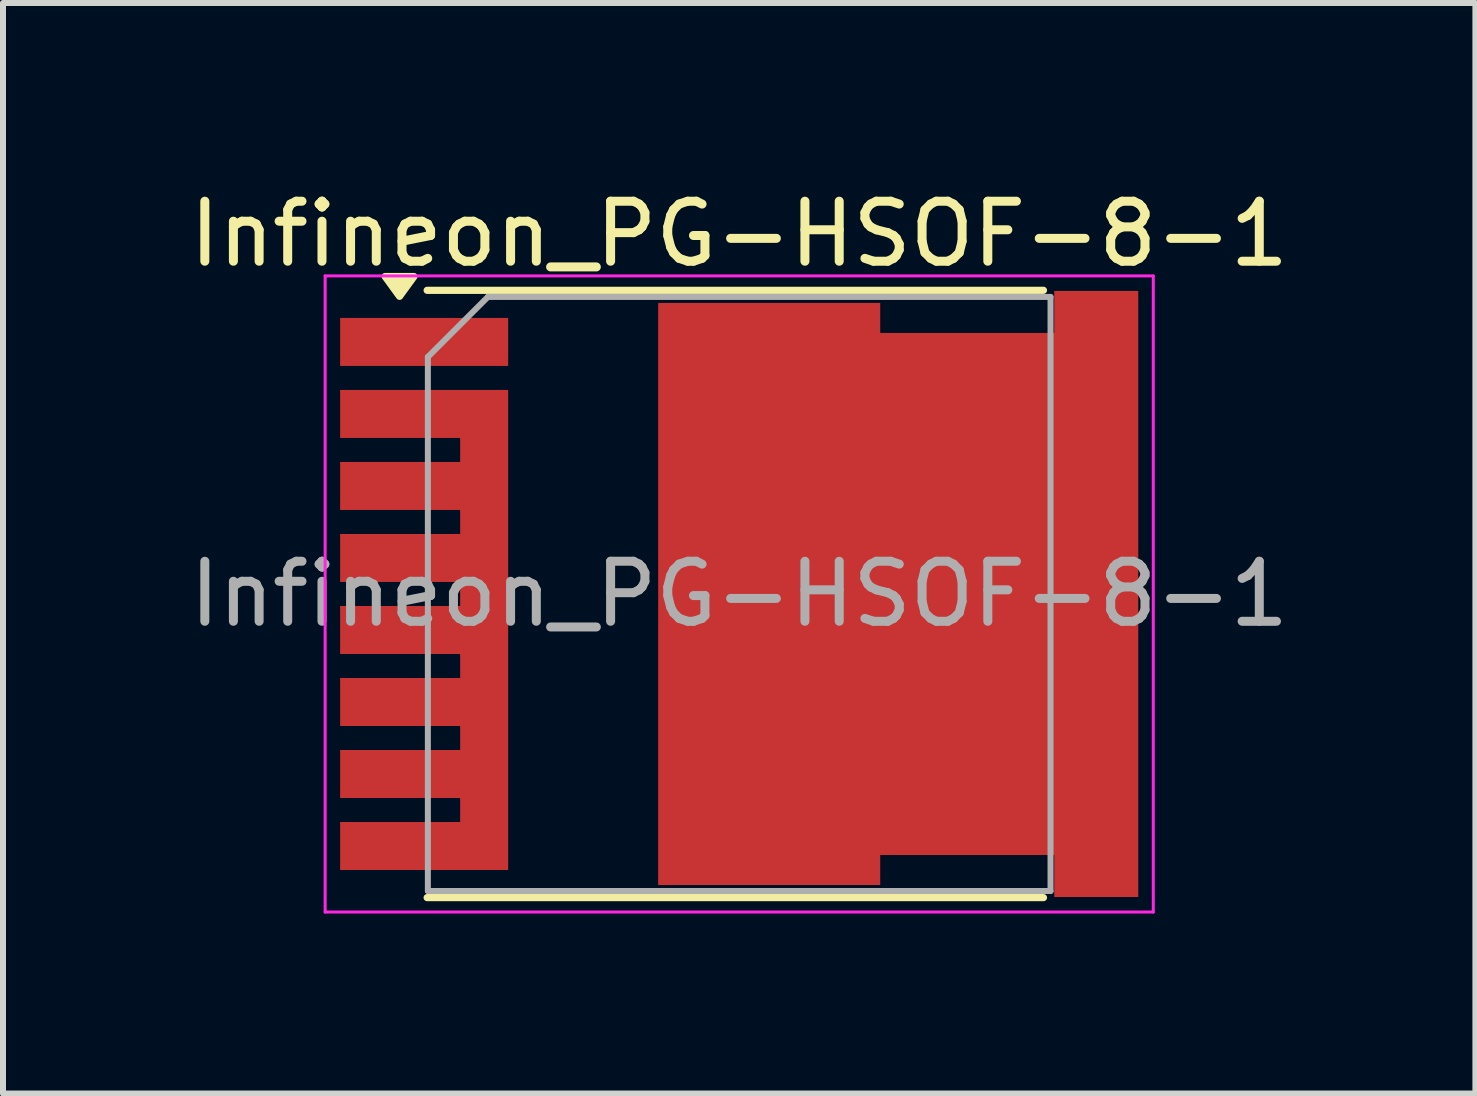
<source format=kicad_pcb>
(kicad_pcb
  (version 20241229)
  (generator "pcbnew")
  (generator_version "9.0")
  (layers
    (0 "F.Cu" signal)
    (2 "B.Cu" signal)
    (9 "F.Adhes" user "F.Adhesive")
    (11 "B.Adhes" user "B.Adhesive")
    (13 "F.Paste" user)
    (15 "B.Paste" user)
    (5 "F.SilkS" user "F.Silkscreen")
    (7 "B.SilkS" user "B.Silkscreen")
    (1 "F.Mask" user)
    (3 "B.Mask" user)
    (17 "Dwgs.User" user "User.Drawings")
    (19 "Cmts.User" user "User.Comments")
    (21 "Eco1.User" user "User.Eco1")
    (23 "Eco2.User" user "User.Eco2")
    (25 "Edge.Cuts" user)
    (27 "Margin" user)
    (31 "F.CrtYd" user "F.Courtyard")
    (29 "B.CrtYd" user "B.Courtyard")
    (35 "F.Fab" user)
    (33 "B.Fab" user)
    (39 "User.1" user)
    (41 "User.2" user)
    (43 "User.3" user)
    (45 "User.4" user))
  (footprint "Infineon_PG-HSOF-8-1"
    (layer "F.Cu")
    (at 9.268 6.848)
    (property "Reference" "Infineon_PG-HSOF-8-1" (at 0 -6 0) (layer "F.SilkS") (effects (font (size 1 1) (thickness 0.15))))
    (attr smd)
    (fp_line (start -5.2 -5.06) (end 5.07 -5.06) (stroke (width 0.12) (type solid)) (layer "F.SilkS"))
    (fp_line (start -5.2 5.06) (end 5.07 5.06) (stroke (width 0.12) (type solid)) (layer "F.SilkS"))
    (fp_poly (pts (xy -5.66 -4.96) (xy -5.42 -5.29) (xy -5.9 -5.29) (xy -5.66 -4.96)) (stroke (width 0.12) (type solid)) (fill yes) (layer "F.SilkS"))
    (fp_line (start -6.9 5.3) (end -6.9 -5.3) (stroke (width 0.05) (type solid)) (layer "F.CrtYd"))
    (fp_line (start -6.9 5.3) (end 6.9 5.3) (stroke (width 0.05) (type solid)) (layer "F.CrtYd"))
    (fp_line (start 6.9 -5.3) (end -6.9 -5.3) (stroke (width 0.05) (type solid)) (layer "F.CrtYd"))
    (fp_line (start 6.9 -5.3) (end 6.9 5.3) (stroke (width 0.05) (type solid)) (layer "F.CrtYd"))
    (fp_line (start -5.188 4.95) (end -5.188 -3.95) (stroke (width 0.1) (type solid)) (layer "F.Fab"))
    (fp_line (start -4.188 -4.95) (end -5.188 -3.95) (stroke (width 0.1) (type solid)) (layer "F.Fab"))
    (fp_line (start -4.188 -4.95) (end 5.188 -4.95) (stroke (width 0.1) (type solid)) (layer "F.Fab"))
    (fp_line (start 5.188 -4.95) (end 5.188 4.95) (stroke (width 0.1) (type solid)) (layer "F.Fab"))
    (fp_line (start 5.188 4.95) (end -5.188 4.95) (stroke (width 0.1) (type solid)) (layer "F.Fab"))
    (fp_text user "${REFERENCE}" (at 0 0 0) (layer "F.Fab") (effects (font (size 1 1) (thickness 0.15))))
    (pad "" smd rect (at -5.25 -4.2) (size 2.6 0.7) (layers "F.Paste"))
    (pad "" smd rect (at -5.25 -3) (size 2.6 0.7) (layers "F.Paste"))
    (pad "" smd rect (at -5.25 -1.8) (size 2.6 0.7) (layers "F.Paste"))
    (pad "" smd rect (at -5.25 -0.6) (size 2.6 0.7) (layers "F.Paste"))
    (pad "" smd rect (at -5.25 0.6) (size 2.6 0.7) (layers "F.Paste"))
    (pad "" smd rect (at -5.25 1.8) (size 2.6 0.7) (layers "F.Paste"))
    (pad "" smd rect (at -5.25 3) (size 2.6 0.7) (layers "F.Paste"))
    (pad "" smd rect (at -5.25 4.2) (size 2.6 0.7) (layers "F.Paste"))
    (pad "" smd circle (at -0.07 -4.2) (size 1 1) (layers "F.Paste"))
    (pad "" smd circle (at -0.07 -3) (size 1 1) (layers "F.Paste"))
    (pad "" smd circle (at -0.07 -1.8) (size 1 1) (layers "F.Paste"))
    (pad "" smd circle (at -0.07 -0.6) (size 1 1) (layers "F.Paste"))
    (pad "" smd circle (at -0.07 0.6) (size 1 1) (layers "F.Paste"))
    (pad "" smd circle (at -0.07 1.8) (size 1 1) (layers "F.Paste"))
    (pad "" smd circle (at -0.07 3) (size 1 1) (layers "F.Paste"))
    (pad "" smd circle (at -0.07 4.2) (size 1 1) (layers "F.Paste"))
    (pad "" smd circle (at 1.13 -4.2) (size 1 1) (layers "F.Paste"))
    (pad "" smd circle (at 1.13 -3) (size 1 1) (layers "F.Paste"))
    (pad "" smd circle (at 1.13 -1.8) (size 1 1) (layers "F.Paste"))
    (pad "" smd circle (at 1.13 -0.6) (size 1 1) (layers "F.Paste"))
    (pad "" smd circle (at 1.13 0.6) (size 1 1) (layers "F.Paste"))
    (pad "" smd circle (at 1.13 1.8) (size 1 1) (layers "F.Paste"))
    (pad "" smd circle (at 1.13 3) (size 1 1) (layers "F.Paste"))
    (pad "" smd circle (at 1.13 4.2) (size 1 1) (layers "F.Paste"))
    (pad "" smd circle (at 2.33 -3) (size 1 1) (layers "F.Paste"))
    (pad "" smd circle (at 2.33 -1.8) (size 1 1) (layers "F.Paste"))
    (pad "" smd circle (at 2.33 -0.6) (size 1 1) (layers "F.Paste"))
    (pad "" smd circle (at 2.33 0.6) (size 1 1) (layers "F.Paste"))
    (pad "" smd circle (at 2.33 1.8) (size 1 1) (layers "F.Paste"))
    (pad "" smd circle (at 2.33 3) (size 1 1) (layers "F.Paste"))
    (pad "" smd circle (at 3.53 -3) (size 1 1) (layers "F.Paste"))
    (pad "" smd circle (at 3.53 -1.8) (size 1 1) (layers "F.Paste"))
    (pad "" smd circle (at 3.53 -0.6) (size 1 1) (layers "F.Paste"))
    (pad "" smd circle (at 3.53 0.6) (size 1 1) (layers "F.Paste"))
    (pad "" smd circle (at 3.53 1.8) (size 1 1) (layers "F.Paste"))
    (pad "" smd circle (at 3.53 3) (size 1 1) (layers "F.Paste"))
    (pad "" smd circle (at 4.73 -3) (size 1 1) (layers "F.Paste"))
    (pad "" smd circle (at 4.73 -1.8) (size 1 1) (layers "F.Paste"))
    (pad "" smd circle (at 4.73 -0.6) (size 1 1) (layers "F.Paste"))
    (pad "" smd circle (at 4.73 0.6) (size 1 1) (layers "F.Paste"))
    (pad "" smd circle (at 4.73 1.8) (size 1 1) (layers "F.Paste"))
    (pad "" smd circle (at 4.73 3) (size 1 1) (layers "F.Paste"))
    (pad "" smd circle (at 5.93 -4.2) (size 1 1) (layers "F.Paste"))
    (pad "" smd circle (at 5.93 -3) (size 1 1) (layers "F.Paste"))
    (pad "" smd circle (at 5.93 -1.8) (size 1 1) (layers "F.Paste"))
    (pad "" smd circle (at 5.93 -0.6) (size 1 1) (layers "F.Paste"))
    (pad "" smd circle (at 5.93 0.6) (size 1 1) (layers "F.Paste"))
    (pad "" smd circle (at 5.93 1.8) (size 1 1) (layers "F.Paste"))
    (pad "" smd circle (at 5.93 3) (size 1 1) (layers "F.Paste"))
    (pad "" smd circle (at 5.93 4.2) (size 1 1) (layers "F.Paste"))
    (pad "1" smd custom (at 3.8 0) (size 2.9 8.7) (layers "F.Cu" "F.Mask") (options (anchor rect)) (primitives (gr_poly (pts (xy 2.85 5.05) (xy 1.45 5.05) (xy 1.45 -5.05) (xy 2.85 -5.05)) (width 0) (fill yes)) (gr_poly (pts (xy -1.45 4.85) (xy -5.15 4.85) (xy -5.15 -4.85) (xy -1.45 -4.85)) (width 0) (fill yes))))
    (pad "2" smd rect (at -5.25 -4.2) (size 2.8 0.8) (layers "F.Cu" "F.Mask"))
    (pad "3" smd custom (at -4.25 0.6) (size 0.8 8) (layers "F.Cu" "F.Mask") (options (anchor rect)) (primitives (gr_poly (pts (xy -0.4 -3.2) (xy -2.4 -3.2) (xy -2.4 -4) (xy -0.4 -4)) (width 0) (fill yes)) (gr_poly (pts (xy -0.4 -2) (xy -2.4 -2) (xy -2.4 -2.8) (xy -0.4 -2.8)) (width 0) (fill yes)) (gr_poly (pts (xy -0.4 -0.8) (xy -2.4 -0.8) (xy -2.4 -1.6) (xy -0.4 -1.6)) (width 0) (fill yes)) (gr_poly (pts (xy -0.4 0.4) (xy -2.4 0.4) (xy -2.4 -0.4) (xy -0.4 -0.4)) (width 0) (fill yes)) (gr_poly (pts (xy -0.4 1.6) (xy -2.4 1.6) (xy -2.4 0.8) (xy -0.4 0.8)) (width 0) (fill yes)) (gr_poly (pts (xy -0.4 2.8) (xy -2.4 2.8) (xy -2.4 2) (xy -0.4 2)) (width 0) (fill yes)) (gr_poly (pts (xy -0.4 4) (xy -2.4 4) (xy -2.4 3.2) (xy -0.4 3.2)) (width 0) (fill yes)))))
  (gr_rect
    (start -3 -3)
    (end 21.536 15.173)
    (stroke (width 0.1) (type default))
    (fill no)
    (layer "Edge.Cuts")))
</source>
